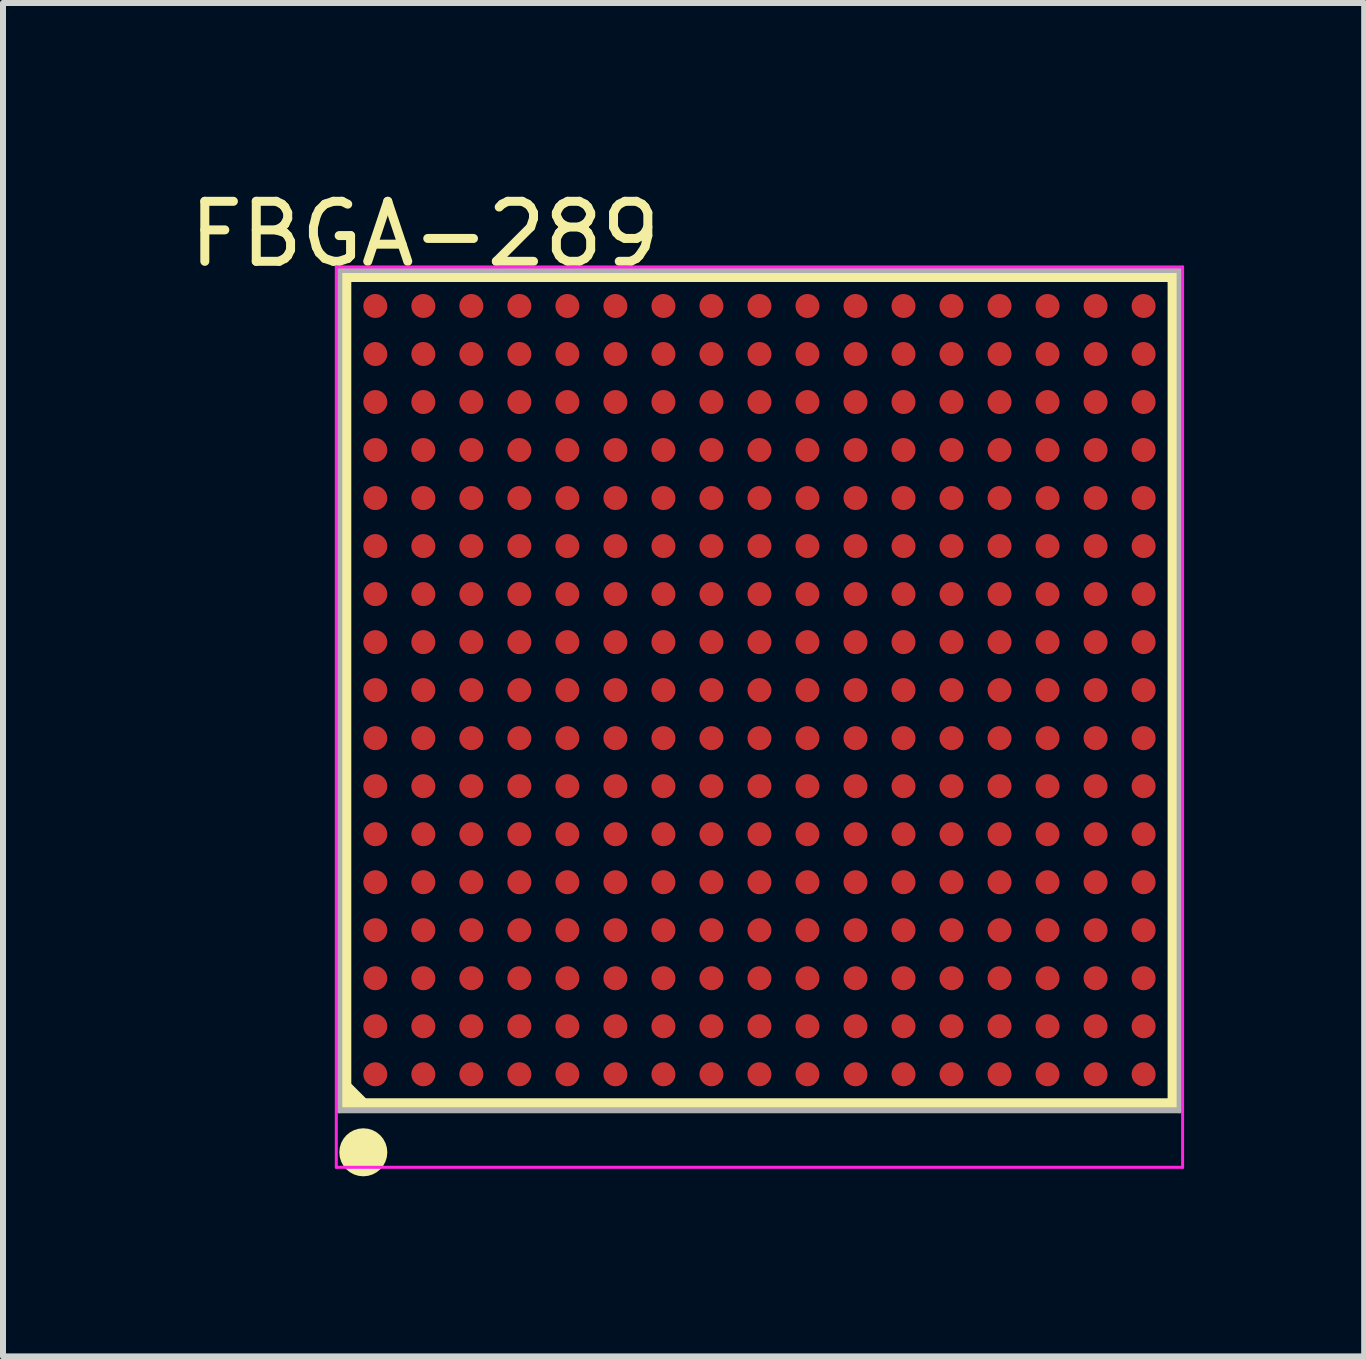
<source format=kicad_pcb>
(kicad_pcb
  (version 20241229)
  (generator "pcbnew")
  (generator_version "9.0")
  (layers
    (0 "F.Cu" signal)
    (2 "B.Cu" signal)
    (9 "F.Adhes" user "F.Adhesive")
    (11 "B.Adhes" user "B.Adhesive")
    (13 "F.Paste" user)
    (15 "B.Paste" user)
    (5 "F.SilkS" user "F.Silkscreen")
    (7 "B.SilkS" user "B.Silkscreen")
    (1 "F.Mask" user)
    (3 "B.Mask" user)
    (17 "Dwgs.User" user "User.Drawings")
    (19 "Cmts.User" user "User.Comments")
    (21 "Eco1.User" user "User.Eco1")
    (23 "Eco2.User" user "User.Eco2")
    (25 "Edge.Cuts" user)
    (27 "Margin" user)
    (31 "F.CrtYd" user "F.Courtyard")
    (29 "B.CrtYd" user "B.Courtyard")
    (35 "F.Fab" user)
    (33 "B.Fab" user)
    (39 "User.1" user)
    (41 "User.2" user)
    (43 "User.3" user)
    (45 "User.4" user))
  (footprint "FBGA-289"
    (layer "F.Cu")
    (at 9.603 8.448)
    (property "Reference" "FBGA-289" (at -5.574 -7.599 0) (layer "F.SilkS") (effects (font (size 1 1) (thickness 0.15))))
    (attr through_hole)
    (fp_line (start -6.9 -6.9) (end 6.9 -6.9) (stroke (width 0.2) (type solid)) (layer "F.SilkS"))
    (fp_line (start -6.9 6.6) (end -6.6 6.9) (stroke (width 0.2) (type solid)) (layer "F.SilkS"))
    (fp_line (start -6.9 6.9) (end -6.9 -6.9) (stroke (width 0.2) (type solid)) (layer "F.SilkS"))
    (fp_line (start -6.9 6.9) (end 6.9 6.9) (stroke (width 0.2) (type solid)) (layer "F.SilkS"))
    (fp_line (start 6.9 6.9) (end 6.9 -6.9) (stroke (width 0.2) (type solid)) (layer "F.SilkS"))
    (fp_circle (center -6.6 7.7) (end -6.4 7.7) (stroke (width 0.4) (type solid)) (fill no) (layer "F.SilkS"))
    (fp_line (start -7.05 -7.05) (end 7.05 -7.05) (stroke (width 0.05) (type solid)) (layer "F.CrtYd"))
    (fp_line (start -7.05 7.95) (end -7.05 -7.05) (stroke (width 0.05) (type solid)) (layer "F.CrtYd"))
    (fp_line (start 7.05 -7.05) (end 7.05 7.95) (stroke (width 0.05) (type solid)) (layer "F.CrtYd"))
    (fp_line (start 7.05 7.95) (end -7.05 7.95) (stroke (width 0.05) (type solid)) (layer "F.CrtYd"))
    (fp_line (start -7 -7) (end 7 -7) (stroke (width 0.1) (type solid)) (layer "F.Fab"))
    (fp_line (start -7 7) (end -7 -7) (stroke (width 0.1) (type solid)) (layer "F.Fab"))
    (fp_line (start -7 7) (end 7 7) (stroke (width 0.1) (type solid)) (layer "F.Fab"))
    (fp_line (start 7 7) (end 7 -7) (stroke (width 0.1) (type solid)) (layer "F.Fab"))
    (pad "A1" smd oval (at -6.4 6.4 90) (size 0.4 0.4) (layers "F.Cu" "F.Mask" "F.Paste"))
    (pad "A2" smd oval (at -6.4 5.6 90) (size 0.4 0.4) (layers "F.Cu" "F.Mask" "F.Paste"))
    (pad "A3" smd oval (at -6.4 4.8 90) (size 0.4 0.4) (layers "F.Cu" "F.Mask" "F.Paste"))
    (pad "A4" smd oval (at -6.4 4 90) (size 0.4 0.4) (layers "F.Cu" "F.Mask" "F.Paste"))
    (pad "A5" smd oval (at -6.4 3.2 90) (size 0.4 0.4) (layers "F.Cu" "F.Mask" "F.Paste"))
    (pad "A6" smd oval (at -6.4 2.4 90) (size 0.4 0.4) (layers "F.Cu" "F.Mask" "F.Paste"))
    (pad "A7" smd oval (at -6.4 1.6 90) (size 0.4 0.4) (layers "F.Cu" "F.Mask" "F.Paste"))
    (pad "A8" smd oval (at -6.4 0.8 90) (size 0.4 0.4) (layers "F.Cu" "F.Mask" "F.Paste"))
    (pad "A9" smd oval (at -6.4 0 90) (size 0.4 0.4) (layers "F.Cu" "F.Mask" "F.Paste"))
    (pad "A10" smd oval (at -6.4 -0.8 90) (size 0.4 0.4) (layers "F.Cu" "F.Mask" "F.Paste"))
    (pad "A11" smd oval (at -6.4 -1.6 90) (size 0.4 0.4) (layers "F.Cu" "F.Mask" "F.Paste"))
    (pad "A12" smd oval (at -6.4 -2.4 90) (size 0.4 0.4) (layers "F.Cu" "F.Mask" "F.Paste"))
    (pad "A13" smd oval (at -6.4 -3.2 90) (size 0.4 0.4) (layers "F.Cu" "F.Mask" "F.Paste"))
    (pad "A14" smd oval (at -6.4 -4 90) (size 0.4 0.4) (layers "F.Cu" "F.Mask" "F.Paste"))
    (pad "A15" smd oval (at -6.4 -4.8 90) (size 0.4 0.4) (layers "F.Cu" "F.Mask" "F.Paste"))
    (pad "A16" smd oval (at -6.4 -5.6 90) (size 0.4 0.4) (layers "F.Cu" "F.Mask" "F.Paste"))
    (pad "A17" smd oval (at -6.4 -6.4 90) (size 0.4 0.4) (layers "F.Cu" "F.Mask" "F.Paste"))
    (pad "B1" smd oval (at -5.6 6.4 90) (size 0.4 0.4) (layers "F.Cu" "F.Mask" "F.Paste"))
    (pad "B2" smd oval (at -5.6 5.6 90) (size 0.4 0.4) (layers "F.Cu" "F.Mask" "F.Paste"))
    (pad "B3" smd oval (at -5.6 4.8 90) (size 0.4 0.4) (layers "F.Cu" "F.Mask" "F.Paste"))
    (pad "B4" smd oval (at -5.6 4 90) (size 0.4 0.4) (layers "F.Cu" "F.Mask" "F.Paste"))
    (pad "B5" smd oval (at -5.6 3.2 90) (size 0.4 0.4) (layers "F.Cu" "F.Mask" "F.Paste"))
    (pad "B6" smd oval (at -5.6 2.4 90) (size 0.4 0.4) (layers "F.Cu" "F.Mask" "F.Paste"))
    (pad "B7" smd oval (at -5.6 1.6 90) (size 0.4 0.4) (layers "F.Cu" "F.Mask" "F.Paste"))
    (pad "B8" smd oval (at -5.6 0.8 90) (size 0.4 0.4) (layers "F.Cu" "F.Mask" "F.Paste"))
    (pad "B9" smd oval (at -5.6 0 90) (size 0.4 0.4) (layers "F.Cu" "F.Mask" "F.Paste"))
    (pad "B10" smd oval (at -5.6 -0.8 90) (size 0.4 0.4) (layers "F.Cu" "F.Mask" "F.Paste"))
    (pad "B11" smd oval (at -5.6 -1.6 90) (size 0.4 0.4) (layers "F.Cu" "F.Mask" "F.Paste"))
    (pad "B12" smd oval (at -5.6 -2.4 90) (size 0.4 0.4) (layers "F.Cu" "F.Mask" "F.Paste"))
    (pad "B13" smd oval (at -5.6 -3.2 90) (size 0.4 0.4) (layers "F.Cu" "F.Mask" "F.Paste"))
    (pad "B14" smd oval (at -5.6 -4 90) (size 0.4 0.4) (layers "F.Cu" "F.Mask" "F.Paste"))
    (pad "B15" smd oval (at -5.6 -4.8 90) (size 0.4 0.4) (layers "F.Cu" "F.Mask" "F.Paste"))
    (pad "B16" smd oval (at -5.6 -5.6 90) (size 0.4 0.4) (layers "F.Cu" "F.Mask" "F.Paste"))
    (pad "B17" smd oval (at -5.6 -6.4 90) (size 0.4 0.4) (layers "F.Cu" "F.Mask" "F.Paste"))
    (pad "C1" smd oval (at -4.8 6.4 90) (size 0.4 0.4) (layers "F.Cu" "F.Mask" "F.Paste"))
    (pad "C2" smd oval (at -4.8 5.6 90) (size 0.4 0.4) (layers "F.Cu" "F.Mask" "F.Paste"))
    (pad "C3" smd oval (at -4.8 4.8 90) (size 0.4 0.4) (layers "F.Cu" "F.Mask" "F.Paste"))
    (pad "C4" smd oval (at -4.8 4 90) (size 0.4 0.4) (layers "F.Cu" "F.Mask" "F.Paste"))
    (pad "C5" smd oval (at -4.8 3.2 90) (size 0.4 0.4) (layers "F.Cu" "F.Mask" "F.Paste"))
    (pad "C6" smd oval (at -4.8 2.4 90) (size 0.4 0.4) (layers "F.Cu" "F.Mask" "F.Paste"))
    (pad "C7" smd oval (at -4.8 1.6 90) (size 0.4 0.4) (layers "F.Cu" "F.Mask" "F.Paste"))
    (pad "C8" smd oval (at -4.8 0.8 90) (size 0.4 0.4) (layers "F.Cu" "F.Mask" "F.Paste"))
    (pad "C9" smd oval (at -4.8 0 90) (size 0.4 0.4) (layers "F.Cu" "F.Mask" "F.Paste"))
    (pad "C10" smd oval (at -4.8 -0.8 90) (size 0.4 0.4) (layers "F.Cu" "F.Mask" "F.Paste"))
    (pad "C11" smd oval (at -4.8 -1.6 90) (size 0.4 0.4) (layers "F.Cu" "F.Mask" "F.Paste"))
    (pad "C12" smd oval (at -4.8 -2.4 90) (size 0.4 0.4) (layers "F.Cu" "F.Mask" "F.Paste"))
    (pad "C13" smd oval (at -4.8 -3.2 90) (size 0.4 0.4) (layers "F.Cu" "F.Mask" "F.Paste"))
    (pad "C14" smd oval (at -4.8 -4 90) (size 0.4 0.4) (layers "F.Cu" "F.Mask" "F.Paste"))
    (pad "C15" smd oval (at -4.8 -4.8 90) (size 0.4 0.4) (layers "F.Cu" "F.Mask" "F.Paste"))
    (pad "C16" smd oval (at -4.8 -5.6 90) (size 0.4 0.4) (layers "F.Cu" "F.Mask" "F.Paste"))
    (pad "C17" smd oval (at -4.8 -6.4 90) (size 0.4 0.4) (layers "F.Cu" "F.Mask" "F.Paste"))
    (pad "D1" smd oval (at -4 6.4 90) (size 0.4 0.4) (layers "F.Cu" "F.Mask" "F.Paste"))
    (pad "D2" smd oval (at -4 5.6 90) (size 0.4 0.4) (layers "F.Cu" "F.Mask" "F.Paste"))
    (pad "D3" smd oval (at -4 4.8 90) (size 0.4 0.4) (layers "F.Cu" "F.Mask" "F.Paste"))
    (pad "D4" smd oval (at -4 4 90) (size 0.4 0.4) (layers "F.Cu" "F.Mask" "F.Paste"))
    (pad "D5" smd oval (at -4 3.2 90) (size 0.4 0.4) (layers "F.Cu" "F.Mask" "F.Paste"))
    (pad "D6" smd oval (at -4 2.4 90) (size 0.4 0.4) (layers "F.Cu" "F.Mask" "F.Paste"))
    (pad "D7" smd oval (at -4 1.6 90) (size 0.4 0.4) (layers "F.Cu" "F.Mask" "F.Paste"))
    (pad "D8" smd oval (at -4 0.8 90) (size 0.4 0.4) (layers "F.Cu" "F.Mask" "F.Paste"))
    (pad "D9" smd oval (at -4 0 90) (size 0.4 0.4) (layers "F.Cu" "F.Mask" "F.Paste"))
    (pad "D10" smd oval (at -4 -0.8 90) (size 0.4 0.4) (layers "F.Cu" "F.Mask" "F.Paste"))
    (pad "D11" smd oval (at -4 -1.6 90) (size 0.4 0.4) (layers "F.Cu" "F.Mask" "F.Paste"))
    (pad "D12" smd oval (at -4 -2.4 90) (size 0.4 0.4) (layers "F.Cu" "F.Mask" "F.Paste"))
    (pad "D13" smd oval (at -4 -3.2 90) (size 0.4 0.4) (layers "F.Cu" "F.Mask" "F.Paste"))
    (pad "D14" smd oval (at -4 -4 90) (size 0.4 0.4) (layers "F.Cu" "F.Mask" "F.Paste"))
    (pad "D15" smd oval (at -4 -4.8 90) (size 0.4 0.4) (layers "F.Cu" "F.Mask" "F.Paste"))
    (pad "D16" smd oval (at -4 -5.6 90) (size 0.4 0.4) (layers "F.Cu" "F.Mask" "F.Paste"))
    (pad "D17" smd oval (at -4 -6.4 90) (size 0.4 0.4) (layers "F.Cu" "F.Mask" "F.Paste"))
    (pad "E1" smd oval (at -3.2 6.4 90) (size 0.4 0.4) (layers "F.Cu" "F.Mask" "F.Paste"))
    (pad "E2" smd oval (at -3.2 5.6 90) (size 0.4 0.4) (layers "F.Cu" "F.Mask" "F.Paste"))
    (pad "E3" smd oval (at -3.2 4.8 90) (size 0.4 0.4) (layers "F.Cu" "F.Mask" "F.Paste"))
    (pad "E4" smd oval (at -3.2 4 90) (size 0.4 0.4) (layers "F.Cu" "F.Mask" "F.Paste"))
    (pad "E5" smd oval (at -3.2 3.2 90) (size 0.4 0.4) (layers "F.Cu" "F.Mask" "F.Paste"))
    (pad "E6" smd oval (at -3.2 2.4 90) (size 0.4 0.4) (layers "F.Cu" "F.Mask" "F.Paste"))
    (pad "E7" smd oval (at -3.2 1.6 90) (size 0.4 0.4) (layers "F.Cu" "F.Mask" "F.Paste"))
    (pad "E8" smd oval (at -3.2 0.8 90) (size 0.4 0.4) (layers "F.Cu" "F.Mask" "F.Paste"))
    (pad "E9" smd oval (at -3.2 0 90) (size 0.4 0.4) (layers "F.Cu" "F.Mask" "F.Paste"))
    (pad "E10" smd oval (at -3.2 -0.8 90) (size 0.4 0.4) (layers "F.Cu" "F.Mask" "F.Paste"))
    (pad "E11" smd oval (at -3.2 -1.6 90) (size 0.4 0.4) (layers "F.Cu" "F.Mask" "F.Paste"))
    (pad "E12" smd oval (at -3.2 -2.4 90) (size 0.4 0.4) (layers "F.Cu" "F.Mask" "F.Paste"))
    (pad "E13" smd oval (at -3.2 -3.2 90) (size 0.4 0.4) (layers "F.Cu" "F.Mask" "F.Paste"))
    (pad "E14" smd oval (at -3.2 -4 90) (size 0.4 0.4) (layers "F.Cu" "F.Mask" "F.Paste"))
    (pad "E15" smd oval (at -3.2 -4.8 90) (size 0.4 0.4) (layers "F.Cu" "F.Mask" "F.Paste"))
    (pad "E16" smd oval (at -3.2 -5.6 90) (size 0.4 0.4) (layers "F.Cu" "F.Mask" "F.Paste"))
    (pad "E17" smd oval (at -3.2 -6.4 90) (size 0.4 0.4) (layers "F.Cu" "F.Mask" "F.Paste"))
    (pad "F1" smd oval (at -2.4 6.4 90) (size 0.4 0.4) (layers "F.Cu" "F.Mask" "F.Paste"))
    (pad "F2" smd oval (at -2.4 5.6 90) (size 0.4 0.4) (layers "F.Cu" "F.Mask" "F.Paste"))
    (pad "F3" smd oval (at -2.4 4.8 90) (size 0.4 0.4) (layers "F.Cu" "F.Mask" "F.Paste"))
    (pad "F4" smd oval (at -2.4 4 90) (size 0.4 0.4) (layers "F.Cu" "F.Mask" "F.Paste"))
    (pad "F5" smd oval (at -2.4 3.2 90) (size 0.4 0.4) (layers "F.Cu" "F.Mask" "F.Paste"))
    (pad "F6" smd oval (at -2.4 2.4 90) (size 0.4 0.4) (layers "F.Cu" "F.Mask" "F.Paste"))
    (pad "F7" smd oval (at -2.4 1.6 90) (size 0.4 0.4) (layers "F.Cu" "F.Mask" "F.Paste"))
    (pad "F8" smd oval (at -2.4 0.8 90) (size 0.4 0.4) (layers "F.Cu" "F.Mask" "F.Paste"))
    (pad "F9" smd oval (at -2.4 0 90) (size 0.4 0.4) (layers "F.Cu" "F.Mask" "F.Paste"))
    (pad "F10" smd oval (at -2.4 -0.8 90) (size 0.4 0.4) (layers "F.Cu" "F.Mask" "F.Paste"))
    (pad "F11" smd oval (at -2.4 -1.6 90) (size 0.4 0.4) (layers "F.Cu" "F.Mask" "F.Paste"))
    (pad "F12" smd oval (at -2.4 -2.4 90) (size 0.4 0.4) (layers "F.Cu" "F.Mask" "F.Paste"))
    (pad "F13" smd oval (at -2.4 -3.2 90) (size 0.4 0.4) (layers "F.Cu" "F.Mask" "F.Paste"))
    (pad "F14" smd oval (at -2.4 -4 90) (size 0.4 0.4) (layers "F.Cu" "F.Mask" "F.Paste"))
    (pad "F15" smd oval (at -2.4 -4.8 90) (size 0.4 0.4) (layers "F.Cu" "F.Mask" "F.Paste"))
    (pad "F16" smd oval (at -2.4 -5.6 90) (size 0.4 0.4) (layers "F.Cu" "F.Mask" "F.Paste"))
    (pad "F17" smd oval (at -2.4 -6.4 90) (size 0.4 0.4) (layers "F.Cu" "F.Mask" "F.Paste"))
    (pad "G1" smd oval (at -1.6 6.4 90) (size 0.4 0.4) (layers "F.Cu" "F.Mask" "F.Paste"))
    (pad "G2" smd oval (at -1.6 5.6 90) (size 0.4 0.4) (layers "F.Cu" "F.Mask" "F.Paste"))
    (pad "G3" smd oval (at -1.6 4.8 90) (size 0.4 0.4) (layers "F.Cu" "F.Mask" "F.Paste"))
    (pad "G4" smd oval (at -1.6 4 90) (size 0.4 0.4) (layers "F.Cu" "F.Mask" "F.Paste"))
    (pad "G5" smd oval (at -1.6 3.2 90) (size 0.4 0.4) (layers "F.Cu" "F.Mask" "F.Paste"))
    (pad "G6" smd oval (at -1.6 2.4 90) (size 0.4 0.4) (layers "F.Cu" "F.Mask" "F.Paste"))
    (pad "G7" smd oval (at -1.6 1.6 90) (size 0.4 0.4) (layers "F.Cu" "F.Mask" "F.Paste"))
    (pad "G8" smd oval (at -1.6 0.8 90) (size 0.4 0.4) (layers "F.Cu" "F.Mask" "F.Paste"))
    (pad "G9" smd oval (at -1.6 0 90) (size 0.4 0.4) (layers "F.Cu" "F.Mask" "F.Paste"))
    (pad "G10" smd oval (at -1.6 -0.8 90) (size 0.4 0.4) (layers "F.Cu" "F.Mask" "F.Paste"))
    (pad "G11" smd oval (at -1.6 -1.6 90) (size 0.4 0.4) (layers "F.Cu" "F.Mask" "F.Paste"))
    (pad "G12" smd oval (at -1.6 -2.4 90) (size 0.4 0.4) (layers "F.Cu" "F.Mask" "F.Paste"))
    (pad "G13" smd oval (at -1.6 -3.2 90) (size 0.4 0.4) (layers "F.Cu" "F.Mask" "F.Paste"))
    (pad "G14" smd oval (at -1.6 -4 90) (size 0.4 0.4) (layers "F.Cu" "F.Mask" "F.Paste"))
    (pad "G15" smd oval (at -1.6 -4.8 90) (size 0.4 0.4) (layers "F.Cu" "F.Mask" "F.Paste"))
    (pad "G16" smd oval (at -1.6 -5.6 90) (size 0.4 0.4) (layers "F.Cu" "F.Mask" "F.Paste"))
    (pad "G17" smd oval (at -1.6 -6.4 90) (size 0.4 0.4) (layers "F.Cu" "F.Mask" "F.Paste"))
    (pad "H1" smd oval (at -0.8 6.4 90) (size 0.4 0.4) (layers "F.Cu" "F.Mask" "F.Paste"))
    (pad "H2" smd oval (at -0.8 5.6 90) (size 0.4 0.4) (layers "F.Cu" "F.Mask" "F.Paste"))
    (pad "H3" smd oval (at -0.8 4.8 90) (size 0.4 0.4) (layers "F.Cu" "F.Mask" "F.Paste"))
    (pad "H4" smd oval (at -0.8 4 90) (size 0.4 0.4) (layers "F.Cu" "F.Mask" "F.Paste"))
    (pad "H5" smd oval (at -0.8 3.2 90) (size 0.4 0.4) (layers "F.Cu" "F.Mask" "F.Paste"))
    (pad "H6" smd oval (at -0.8 2.4 90) (size 0.4 0.4) (layers "F.Cu" "F.Mask" "F.Paste"))
    (pad "H7" smd oval (at -0.8 1.6 90) (size 0.4 0.4) (layers "F.Cu" "F.Mask" "F.Paste"))
    (pad "H8" smd oval (at -0.8 0.8 90) (size 0.4 0.4) (layers "F.Cu" "F.Mask" "F.Paste"))
    (pad "H9" smd oval (at -0.8 0 90) (size 0.4 0.4) (layers "F.Cu" "F.Mask" "F.Paste"))
    (pad "H10" smd oval (at -0.8 -0.8 90) (size 0.4 0.4) (layers "F.Cu" "F.Mask" "F.Paste"))
    (pad "H11" smd oval (at -0.8 -1.6 90) (size 0.4 0.4) (layers "F.Cu" "F.Mask" "F.Paste"))
    (pad "H12" smd oval (at -0.8 -2.4 90) (size 0.4 0.4) (layers "F.Cu" "F.Mask" "F.Paste"))
    (pad "H13" smd oval (at -0.8 -3.2 90) (size 0.4 0.4) (layers "F.Cu" "F.Mask" "F.Paste"))
    (pad "H14" smd oval (at -0.8 -4 90) (size 0.4 0.4) (layers "F.Cu" "F.Mask" "F.Paste"))
    (pad "H15" smd oval (at -0.8 -4.8 90) (size 0.4 0.4) (layers "F.Cu" "F.Mask" "F.Paste"))
    (pad "H16" smd oval (at -0.8 -5.6 90) (size 0.4 0.4) (layers "F.Cu" "F.Mask" "F.Paste"))
    (pad "H17" smd oval (at -0.8 -6.4 90) (size 0.4 0.4) (layers "F.Cu" "F.Mask" "F.Paste"))
    (pad "J1" smd oval (at -0.00001 6.4 90) (size 0.4 0.4) (layers "F.Cu" "F.Mask" "F.Paste"))
    (pad "J2" smd oval (at -0.00001 5.6 90) (size 0.4 0.4) (layers "F.Cu" "F.Mask" "F.Paste"))
    (pad "J3" smd oval (at 0 4.8 90) (size 0.4 0.4) (layers "F.Cu" "F.Mask" "F.Paste"))
    (pad "J4" smd oval (at 0 4 90) (size 0.4 0.4) (layers "F.Cu" "F.Mask" "F.Paste"))
    (pad "J5" smd oval (at 0 3.2 90) (size 0.4 0.4) (layers "F.Cu" "F.Mask" "F.Paste"))
    (pad "J6" smd oval (at 0 2.4 90) (size 0.4 0.4) (layers "F.Cu" "F.Mask" "F.Paste"))
    (pad "J7" smd oval (at 0 1.6 90) (size 0.4 0.4) (layers "F.Cu" "F.Mask" "F.Paste"))
    (pad "J8" smd oval (at 0 0.8 90) (size 0.4 0.4) (layers "F.Cu" "F.Mask" "F.Paste"))
    (pad "J9" smd oval (at 0 0 90) (size 0.4 0.4) (layers "F.Cu" "F.Mask" "F.Paste"))
    (pad "J10" smd oval (at 0 -0.8 90) (size 0.4 0.4) (layers "F.Cu" "F.Mask" "F.Paste"))
    (pad "J11" smd oval (at 0 -1.6 90) (size 0.4 0.4) (layers "F.Cu" "F.Mask" "F.Paste"))
    (pad "J12" smd oval (at 0 -2.4 90) (size 0.4 0.4) (layers "F.Cu" "F.Mask" "F.Paste"))
    (pad "J13" smd oval (at 0 -3.2 90) (size 0.4 0.4) (layers "F.Cu" "F.Mask" "F.Paste"))
    (pad "J14" smd oval (at 0 -4 90) (size 0.4 0.4) (layers "F.Cu" "F.Mask" "F.Paste"))
    (pad "J15" smd oval (at 0 -4.8 90) (size 0.4 0.4) (layers "F.Cu" "F.Mask" "F.Paste"))
    (pad "J16" smd oval (at 0 -5.6 90) (size 0.4 0.4) (layers "F.Cu" "F.Mask" "F.Paste"))
    (pad "J17" smd oval (at -0.00001 -6.4 90) (size 0.4 0.4) (layers "F.Cu" "F.Mask" "F.Paste"))
    (pad "K1" smd oval (at 0.8 6.4 90) (size 0.4 0.4) (layers "F.Cu" "F.Mask" "F.Paste"))
    (pad "K2" smd oval (at 0.8 5.6 90) (size 0.4 0.4) (layers "F.Cu" "F.Mask" "F.Paste"))
    (pad "K3" smd oval (at 0.8 4.8 90) (size 0.4 0.4) (layers "F.Cu" "F.Mask" "F.Paste"))
    (pad "K4" smd oval (at 0.8 4 90) (size 0.4 0.4) (layers "F.Cu" "F.Mask" "F.Paste"))
    (pad "K5" smd oval (at 0.8 3.2 90) (size 0.4 0.4) (layers "F.Cu" "F.Mask" "F.Paste"))
    (pad "K6" smd oval (at 0.8 2.4 90) (size 0.4 0.4) (layers "F.Cu" "F.Mask" "F.Paste"))
    (pad "K7" smd oval (at 0.8 1.6 90) (size 0.4 0.4) (layers "F.Cu" "F.Mask" "F.Paste"))
    (pad "K8" smd oval (at 0.8 0.8 90) (size 0.4 0.4) (layers "F.Cu" "F.Mask" "F.Paste"))
    (pad "K9" smd oval (at 0.8 0 90) (size 0.4 0.4) (layers "F.Cu" "F.Mask" "F.Paste"))
    (pad "K10" smd oval (at 0.8 -0.8 90) (size 0.4 0.4) (layers "F.Cu" "F.Mask" "F.Paste"))
    (pad "K11" smd oval (at 0.8 -1.6 90) (size 0.4 0.4) (layers "F.Cu" "F.Mask" "F.Paste"))
    (pad "K12" smd oval (at 0.8 -2.4 90) (size 0.4 0.4) (layers "F.Cu" "F.Mask" "F.Paste"))
    (pad "K13" smd oval (at 0.8 -3.2 90) (size 0.4 0.4) (layers "F.Cu" "F.Mask" "F.Paste"))
    (pad "K14" smd oval (at 0.8 -4 90) (size 0.4 0.4) (layers "F.Cu" "F.Mask" "F.Paste"))
    (pad "K15" smd oval (at 0.8 -4.8 90) (size 0.4 0.4) (layers "F.Cu" "F.Mask" "F.Paste"))
    (pad "K16" smd oval (at 0.8 -5.6 90) (size 0.4 0.4) (layers "F.Cu" "F.Mask" "F.Paste"))
    (pad "K17" smd oval (at 0.8 -6.4 90) (size 0.4 0.4) (layers "F.Cu" "F.Mask" "F.Paste"))
    (pad "L1" smd oval (at 1.6 6.4 90) (size 0.4 0.4) (layers "F.Cu" "F.Mask" "F.Paste"))
    (pad "L2" smd oval (at 1.6 5.6 90) (size 0.4 0.4) (layers "F.Cu" "F.Mask" "F.Paste"))
    (pad "L3" smd oval (at 1.6 4.8 90) (size 0.4 0.4) (layers "F.Cu" "F.Mask" "F.Paste"))
    (pad "L4" smd oval (at 1.6 4 90) (size 0.4 0.4) (layers "F.Cu" "F.Mask" "F.Paste"))
    (pad "L5" smd oval (at 1.6 3.2 90) (size 0.4 0.4) (layers "F.Cu" "F.Mask" "F.Paste"))
    (pad "L6" smd oval (at 1.6 2.4 90) (size 0.4 0.4) (layers "F.Cu" "F.Mask" "F.Paste"))
    (pad "L7" smd oval (at 1.6 1.6 90) (size 0.4 0.4) (layers "F.Cu" "F.Mask" "F.Paste"))
    (pad "L8" smd oval (at 1.6 0.8 90) (size 0.4 0.4) (layers "F.Cu" "F.Mask" "F.Paste"))
    (pad "L9" smd oval (at 1.6 0 90) (size 0.4 0.4) (layers "F.Cu" "F.Mask" "F.Paste"))
    (pad "L10" smd oval (at 1.6 -0.8 90) (size 0.4 0.4) (layers "F.Cu" "F.Mask" "F.Paste"))
    (pad "L11" smd oval (at 1.6 -1.6 90) (size 0.4 0.4) (layers "F.Cu" "F.Mask" "F.Paste"))
    (pad "L12" smd oval (at 1.6 -2.4 90) (size 0.4 0.4) (layers "F.Cu" "F.Mask" "F.Paste"))
    (pad "L13" smd oval (at 1.6 -3.2 90) (size 0.4 0.4) (layers "F.Cu" "F.Mask" "F.Paste"))
    (pad "L14" smd oval (at 1.6 -4 90) (size 0.4 0.4) (layers "F.Cu" "F.Mask" "F.Paste"))
    (pad "L15" smd oval (at 1.6 -4.8 90) (size 0.4 0.4) (layers "F.Cu" "F.Mask" "F.Paste"))
    (pad "L16" smd oval (at 1.6 -5.6 90) (size 0.4 0.4) (layers "F.Cu" "F.Mask" "F.Paste"))
    (pad "L17" smd oval (at 1.6 -6.4 90) (size 0.4 0.4) (layers "F.Cu" "F.Mask" "F.Paste"))
    (pad "M1" smd oval (at 2.4 6.4 90) (size 0.4 0.4) (layers "F.Cu" "F.Mask" "F.Paste"))
    (pad "M2" smd oval (at 2.4 5.6 90) (size 0.4 0.4) (layers "F.Cu" "F.Mask" "F.Paste"))
    (pad "M3" smd oval (at 2.4 4.8 90) (size 0.4 0.4) (layers "F.Cu" "F.Mask" "F.Paste"))
    (pad "M4" smd oval (at 2.4 4 90) (size 0.4 0.4) (layers "F.Cu" "F.Mask" "F.Paste"))
    (pad "M5" smd oval (at 2.4 3.2 90) (size 0.4 0.4) (layers "F.Cu" "F.Mask" "F.Paste"))
    (pad "M6" smd oval (at 2.4 2.4 90) (size 0.4 0.4) (layers "F.Cu" "F.Mask" "F.Paste"))
    (pad "M7" smd oval (at 2.4 1.6 90) (size 0.4 0.4) (layers "F.Cu" "F.Mask" "F.Paste"))
    (pad "M8" smd oval (at 2.4 0.8 90) (size 0.4 0.4) (layers "F.Cu" "F.Mask" "F.Paste"))
    (pad "M9" smd oval (at 2.4 0 90) (size 0.4 0.4) (layers "F.Cu" "F.Mask" "F.Paste"))
    (pad "M10" smd oval (at 2.4 -0.8 90) (size 0.4 0.4) (layers "F.Cu" "F.Mask" "F.Paste"))
    (pad "M11" smd oval (at 2.4 -1.6 90) (size 0.4 0.4) (layers "F.Cu" "F.Mask" "F.Paste"))
    (pad "M12" smd oval (at 2.4 -2.4 90) (size 0.4 0.4) (layers "F.Cu" "F.Mask" "F.Paste"))
    (pad "M13" smd oval (at 2.4 -3.2 90) (size 0.4 0.4) (layers "F.Cu" "F.Mask" "F.Paste"))
    (pad "M14" smd oval (at 2.4 -4 90) (size 0.4 0.4) (layers "F.Cu" "F.Mask" "F.Paste"))
    (pad "M15" smd oval (at 2.4 -4.8 90) (size 0.4 0.4) (layers "F.Cu" "F.Mask" "F.Paste"))
    (pad "M16" smd oval (at 2.4 -5.6 90) (size 0.4 0.4) (layers "F.Cu" "F.Mask" "F.Paste"))
    (pad "M17" smd oval (at 2.4 -6.4 90) (size 0.4 0.4) (layers "F.Cu" "F.Mask" "F.Paste"))
    (pad "N1" smd oval (at 3.2 6.4 90) (size 0.4 0.4) (layers "F.Cu" "F.Mask" "F.Paste"))
    (pad "N2" smd oval (at 3.2 5.6 90) (size 0.4 0.4) (layers "F.Cu" "F.Mask" "F.Paste"))
    (pad "N3" smd oval (at 3.2 4.8 90) (size 0.4 0.4) (layers "F.Cu" "F.Mask" "F.Paste"))
    (pad "N4" smd oval (at 3.2 4 90) (size 0.4 0.4) (layers "F.Cu" "F.Mask" "F.Paste"))
    (pad "N5" smd oval (at 3.2 3.2 90) (size 0.4 0.4) (layers "F.Cu" "F.Mask" "F.Paste"))
    (pad "N6" smd oval (at 3.2 2.4 90) (size 0.4 0.4) (layers "F.Cu" "F.Mask" "F.Paste"))
    (pad "N7" smd oval (at 3.2 1.6 90) (size 0.4 0.4) (layers "F.Cu" "F.Mask" "F.Paste"))
    (pad "N8" smd oval (at 3.2 0.8 90) (size 0.4 0.4) (layers "F.Cu" "F.Mask" "F.Paste"))
    (pad "N9" smd oval (at 3.2 0 90) (size 0.4 0.4) (layers "F.Cu" "F.Mask" "F.Paste"))
    (pad "N10" smd oval (at 3.2 -0.8 90) (size 0.4 0.4) (layers "F.Cu" "F.Mask" "F.Paste"))
    (pad "N11" smd oval (at 3.2 -1.6 90) (size 0.4 0.4) (layers "F.Cu" "F.Mask" "F.Paste"))
    (pad "N12" smd oval (at 3.2 -2.4 90) (size 0.4 0.4) (layers "F.Cu" "F.Mask" "F.Paste"))
    (pad "N13" smd oval (at 3.2 -3.2 90) (size 0.4 0.4) (layers "F.Cu" "F.Mask" "F.Paste"))
    (pad "N14" smd oval (at 3.2 -4 90) (size 0.4 0.4) (layers "F.Cu" "F.Mask" "F.Paste"))
    (pad "N15" smd oval (at 3.2 -4.8 90) (size 0.4 0.4) (layers "F.Cu" "F.Mask" "F.Paste"))
    (pad "N16" smd oval (at 3.2 -5.6 90) (size 0.4 0.4) (layers "F.Cu" "F.Mask" "F.Paste"))
    (pad "N17" smd oval (at 3.2 -6.4 90) (size 0.4 0.4) (layers "F.Cu" "F.Mask" "F.Paste"))
    (pad "P1" smd oval (at 4 6.4 90) (size 0.4 0.4) (layers "F.Cu" "F.Mask" "F.Paste"))
    (pad "P2" smd oval (at 4 5.6 90) (size 0.4 0.4) (layers "F.Cu" "F.Mask" "F.Paste"))
    (pad "P3" smd oval (at 4 4.8 90) (size 0.4 0.4) (layers "F.Cu" "F.Mask" "F.Paste"))
    (pad "P4" smd oval (at 4 4 90) (size 0.4 0.4) (layers "F.Cu" "F.Mask" "F.Paste"))
    (pad "P5" smd oval (at 4 3.2 90) (size 0.4 0.4) (layers "F.Cu" "F.Mask" "F.Paste"))
    (pad "P6" smd oval (at 4 2.4 90) (size 0.4 0.4) (layers "F.Cu" "F.Mask" "F.Paste"))
    (pad "P7" smd oval (at 4 1.6 90) (size 0.4 0.4) (layers "F.Cu" "F.Mask" "F.Paste"))
    (pad "P8" smd oval (at 4 0.8 90) (size 0.4 0.4) (layers "F.Cu" "F.Mask" "F.Paste"))
    (pad "P9" smd oval (at 4 0 90) (size 0.4 0.4) (layers "F.Cu" "F.Mask" "F.Paste"))
    (pad "P10" smd oval (at 4 -0.8 90) (size 0.4 0.4) (layers "F.Cu" "F.Mask" "F.Paste"))
    (pad "P11" smd oval (at 4 -1.6 90) (size 0.4 0.4) (layers "F.Cu" "F.Mask" "F.Paste"))
    (pad "P12" smd oval (at 4 -2.4 90) (size 0.4 0.4) (layers "F.Cu" "F.Mask" "F.Paste"))
    (pad "P13" smd oval (at 4 -3.2 90) (size 0.4 0.4) (layers "F.Cu" "F.Mask" "F.Paste"))
    (pad "P14" smd oval (at 4 -4 90) (size 0.4 0.4) (layers "F.Cu" "F.Mask" "F.Paste"))
    (pad "P15" smd oval (at 4 -4.8 90) (size 0.4 0.4) (layers "F.Cu" "F.Mask" "F.Paste"))
    (pad "P16" smd oval (at 4 -5.6 90) (size 0.4 0.4) (layers "F.Cu" "F.Mask" "F.Paste"))
    (pad "P17" smd oval (at 4 -6.4 90) (size 0.4 0.4) (layers "F.Cu" "F.Mask" "F.Paste"))
    (pad "R1" smd oval (at 4.8 6.4 90) (size 0.4 0.4) (layers "F.Cu" "F.Mask" "F.Paste"))
    (pad "R2" smd oval (at 4.8 5.6 90) (size 0.4 0.4) (layers "F.Cu" "F.Mask" "F.Paste"))
    (pad "R3" smd oval (at 4.8 4.8 90) (size 0.4 0.4) (layers "F.Cu" "F.Mask" "F.Paste"))
    (pad "R4" smd oval (at 4.8 4 90) (size 0.4 0.4) (layers "F.Cu" "F.Mask" "F.Paste"))
    (pad "R5" smd oval (at 4.8 3.2 90) (size 0.4 0.4) (layers "F.Cu" "F.Mask" "F.Paste"))
    (pad "R6" smd oval (at 4.8 2.4 90) (size 0.4 0.4) (layers "F.Cu" "F.Mask" "F.Paste"))
    (pad "R7" smd oval (at 4.8 1.6 90) (size 0.4 0.4) (layers "F.Cu" "F.Mask" "F.Paste"))
    (pad "R8" smd oval (at 4.8 0.8 90) (size 0.4 0.4) (layers "F.Cu" "F.Mask" "F.Paste"))
    (pad "R9" smd oval (at 4.8 0 90) (size 0.4 0.4) (layers "F.Cu" "F.Mask" "F.Paste"))
    (pad "R10" smd oval (at 4.8 -0.8 90) (size 0.4 0.4) (layers "F.Cu" "F.Mask" "F.Paste"))
    (pad "R11" smd oval (at 4.8 -1.6 90) (size 0.4 0.4) (layers "F.Cu" "F.Mask" "F.Paste"))
    (pad "R12" smd oval (at 4.8 -2.4 90) (size 0.4 0.4) (layers "F.Cu" "F.Mask" "F.Paste"))
    (pad "R13" smd oval (at 4.8 -3.2 90) (size 0.4 0.4) (layers "F.Cu" "F.Mask" "F.Paste"))
    (pad "R14" smd oval (at 4.8 -4 90) (size 0.4 0.4) (layers "F.Cu" "F.Mask" "F.Paste"))
    (pad "R15" smd oval (at 4.8 -4.8 90) (size 0.4 0.4) (layers "F.Cu" "F.Mask" "F.Paste"))
    (pad "R16" smd oval (at 4.8 -5.6 90) (size 0.4 0.4) (layers "F.Cu" "F.Mask" "F.Paste"))
    (pad "R17" smd oval (at 4.8 -6.4 90) (size 0.4 0.4) (layers "F.Cu" "F.Mask" "F.Paste"))
    (pad "T1" smd oval (at 5.6 6.4 90) (size 0.4 0.4) (layers "F.Cu" "F.Mask" "F.Paste"))
    (pad "T2" smd oval (at 5.6 5.6 90) (size 0.4 0.4) (layers "F.Cu" "F.Mask" "F.Paste"))
    (pad "T3" smd oval (at 5.6 4.8 90) (size 0.4 0.4) (layers "F.Cu" "F.Mask" "F.Paste"))
    (pad "T4" smd oval (at 5.6 4 90) (size 0.4 0.4) (layers "F.Cu" "F.Mask" "F.Paste"))
    (pad "T5" smd oval (at 5.6 3.2 90) (size 0.4 0.4) (layers "F.Cu" "F.Mask" "F.Paste"))
    (pad "T6" smd oval (at 5.6 2.4 90) (size 0.4 0.4) (layers "F.Cu" "F.Mask" "F.Paste"))
    (pad "T7" smd oval (at 5.6 1.6 90) (size 0.4 0.4) (layers "F.Cu" "F.Mask" "F.Paste"))
    (pad "T8" smd oval (at 5.6 0.8 90) (size 0.4 0.4) (layers "F.Cu" "F.Mask" "F.Paste"))
    (pad "T9" smd oval (at 5.6 0 90) (size 0.4 0.4) (layers "F.Cu" "F.Mask" "F.Paste"))
    (pad "T10" smd oval (at 5.6 -0.8 90) (size 0.4 0.4) (layers "F.Cu" "F.Mask" "F.Paste"))
    (pad "T11" smd oval (at 5.6 -1.6 90) (size 0.4 0.4) (layers "F.Cu" "F.Mask" "F.Paste"))
    (pad "T12" smd oval (at 5.6 -2.4 90) (size 0.4 0.4) (layers "F.Cu" "F.Mask" "F.Paste"))
    (pad "T13" smd oval (at 5.6 -3.2 90) (size 0.4 0.4) (layers "F.Cu" "F.Mask" "F.Paste"))
    (pad "T14" smd oval (at 5.6 -4 90) (size 0.4 0.4) (layers "F.Cu" "F.Mask" "F.Paste"))
    (pad "T15" smd oval (at 5.6 -4.8 90) (size 0.4 0.4) (layers "F.Cu" "F.Mask" "F.Paste"))
    (pad "T16" smd oval (at 5.6 -5.6 90) (size 0.4 0.4) (layers "F.Cu" "F.Mask" "F.Paste"))
    (pad "T17" smd oval (at 5.6 -6.4 90) (size 0.4 0.4) (layers "F.Cu" "F.Mask" "F.Paste"))
    (pad "U1" smd oval (at 6.4 6.4 90) (size 0.4 0.4) (layers "F.Cu" "F.Mask" "F.Paste"))
    (pad "U2" smd oval (at 6.4 5.6 90) (size 0.4 0.4) (layers "F.Cu" "F.Mask" "F.Paste"))
    (pad "U3" smd oval (at 6.4 4.8 90) (size 0.4 0.4) (layers "F.Cu" "F.Mask" "F.Paste"))
    (pad "U4" smd oval (at 6.4 4 90) (size 0.4 0.4) (layers "F.Cu" "F.Mask" "F.Paste"))
    (pad "U5" smd oval (at 6.4 3.2 90) (size 0.4 0.4) (layers "F.Cu" "F.Mask" "F.Paste"))
    (pad "U6" smd oval (at 6.4 2.4 90) (size 0.4 0.4) (layers "F.Cu" "F.Mask" "F.Paste"))
    (pad "U7" smd oval (at 6.4 1.6 90) (size 0.4 0.4) (layers "F.Cu" "F.Mask" "F.Paste"))
    (pad "U8" smd oval (at 6.4 0.8 90) (size 0.4 0.4) (layers "F.Cu" "F.Mask" "F.Paste"))
    (pad "U9" smd oval (at 6.4 0 90) (size 0.4 0.4) (layers "F.Cu" "F.Mask" "F.Paste"))
    (pad "U10" smd oval (at 6.4 -0.8 90) (size 0.4 0.4) (layers "F.Cu" "F.Mask" "F.Paste"))
    (pad "U11" smd oval (at 6.4 -1.6 90) (size 0.4 0.4) (layers "F.Cu" "F.Mask" "F.Paste"))
    (pad "U12" smd oval (at 6.4 -2.4 90) (size 0.4 0.4) (layers "F.Cu" "F.Mask" "F.Paste"))
    (pad "U13" smd oval (at 6.4 -3.2 90) (size 0.4 0.4) (layers "F.Cu" "F.Mask" "F.Paste"))
    (pad "U14" smd oval (at 6.4 -4 90) (size 0.4 0.4) (layers "F.Cu" "F.Mask" "F.Paste"))
    (pad "U15" smd oval (at 6.4 -4.8 90) (size 0.4 0.4) (layers "F.Cu" "F.Mask" "F.Paste"))
    (pad "U16" smd oval (at 6.4 -5.6 90) (size 0.4 0.4) (layers "F.Cu" "F.Mask" "F.Paste"))
    (pad "U17" smd oval (at 6.4 -6.4 90) (size 0.4 0.4) (layers "F.Cu" "F.Mask" "F.Paste")))
  (gr_rect
    (start -3 -3)
    (end 19.678 19.548)
    (stroke (width 0.1) (type default))
    (fill no)
    (layer "Edge.Cuts")))
</source>
